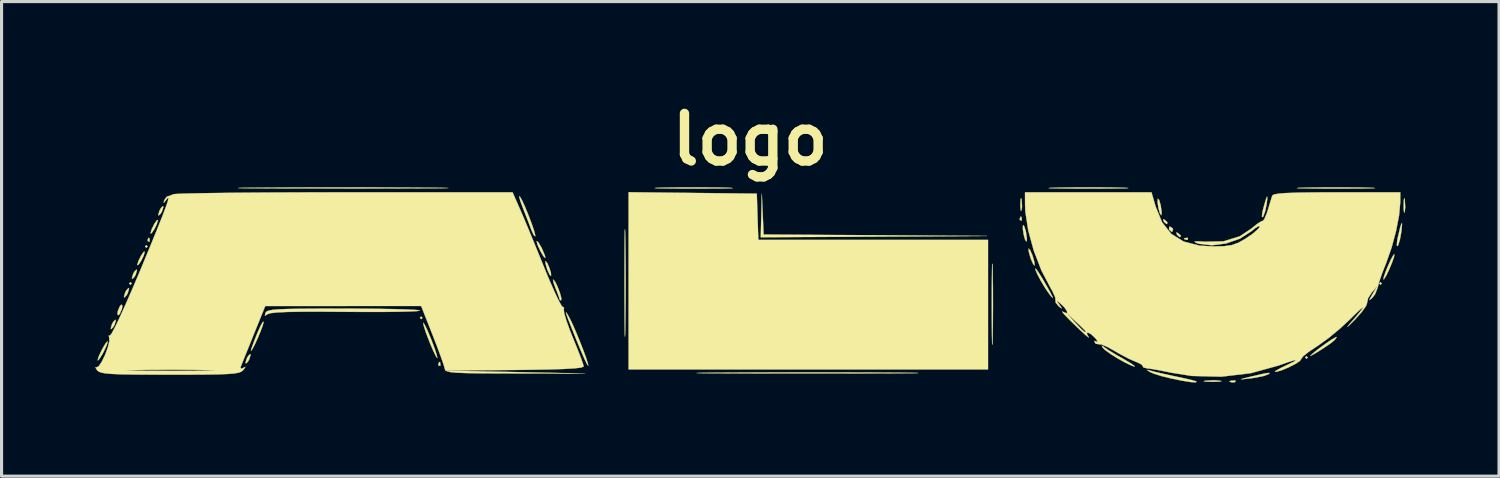
<source format=kicad_pcb>
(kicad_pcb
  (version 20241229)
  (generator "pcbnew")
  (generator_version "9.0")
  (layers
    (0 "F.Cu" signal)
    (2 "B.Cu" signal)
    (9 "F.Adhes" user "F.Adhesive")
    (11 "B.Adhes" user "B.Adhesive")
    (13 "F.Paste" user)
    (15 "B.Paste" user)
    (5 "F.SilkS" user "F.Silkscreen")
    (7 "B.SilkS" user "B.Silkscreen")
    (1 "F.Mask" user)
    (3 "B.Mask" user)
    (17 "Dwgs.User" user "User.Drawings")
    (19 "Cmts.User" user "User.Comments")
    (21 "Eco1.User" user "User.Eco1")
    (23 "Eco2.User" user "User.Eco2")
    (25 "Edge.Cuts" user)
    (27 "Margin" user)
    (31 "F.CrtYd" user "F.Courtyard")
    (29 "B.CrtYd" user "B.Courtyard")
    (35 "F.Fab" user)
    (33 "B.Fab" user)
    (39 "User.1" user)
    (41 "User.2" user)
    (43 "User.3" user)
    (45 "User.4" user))
  (footprint "logo"
    (layer "F.Cu")
    (at 20.984 1.418)
    (property "Reference" "logo" (at 0 0 0) (layer "F.SilkS") (effects (font (size 1.524 1.524) (thickness 0.3))))
    (attr through_hole)
    (fp_poly (pts (xy -9.747 7.405) (xy -9.779 7.404) (xy -9.748 7.404) (xy -9.747 7.405)) (stroke (width 0.01) (type solid)) (fill yes) (layer "F.SilkS"))
    (fp_poly (pts (xy -19.812 4.614) (xy -19.854 4.657) (xy -19.897 4.614) (xy -19.854 4.572) (xy -19.812 4.614)) (stroke (width 0.01) (type solid)) (fill yes) (layer "F.SilkS"))
    (fp_poly (pts (xy -19.304 3.429) (xy -19.346 3.471) (xy -19.389 3.429) (xy -19.346 3.387) (xy -19.304 3.429)) (stroke (width 0.01) (type solid)) (fill yes) (layer "F.SilkS"))
    (fp_poly (pts (xy -10.499 5.715) (xy -10.541 5.757) (xy -10.583 5.715) (xy -10.541 5.673) (xy -10.499 5.715)) (stroke (width 0.01) (type solid)) (fill yes) (layer "F.SilkS"))
    (fp_poly (pts (xy 17.865 6.985) (xy 17.822 7.027) (xy 17.78 6.985) (xy 17.822 6.943) (xy 17.865 6.985)) (stroke (width 0.01) (type solid)) (fill yes) (layer "F.SilkS"))
    (fp_poly (pts (xy 20.235 4.614) (xy 20.193 4.657) (xy 20.151 4.614) (xy 20.193 4.572) (xy 20.235 4.614)) (stroke (width 0.01) (type solid)) (fill yes) (layer "F.SilkS"))
    (fp_poly (pts (xy -19.248 3.161) (xy -19.237 3.261) (xy -19.248 3.274) (xy -19.298 3.262) (xy -19.304 3.217) (xy -19.273 3.148) (xy -19.248 3.161)) (stroke (width 0.01) (type solid)) (fill yes) (layer "F.SilkS"))
    (fp_poly (pts (xy -9.934 7.14) (xy -9.924 7.241) (xy -9.934 7.253) (xy -9.985 7.241) (xy -9.991 7.197) (xy -9.96 7.127) (xy -9.934 7.14)) (stroke (width 0.01) (type solid)) (fill yes) (layer "F.SilkS"))
    (fp_poly (pts (xy 8.692 2.484) (xy 8.703 2.584) (xy 8.692 2.596) (xy 8.642 2.585) (xy 8.636 2.54) (xy 8.667 2.47) (xy 8.692 2.484)) (stroke (width 0.01) (type solid)) (fill yes) (layer "F.SilkS"))
    (fp_poly (pts (xy 14.026 3.161) (xy 14.015 3.211) (xy 13.97 3.217) (xy 13.9 3.186) (xy 13.914 3.161) (xy 14.014 3.151) (xy 14.026 3.161)) (stroke (width 0.01) (type solid)) (fill yes) (layer "F.SilkS"))
    (fp_poly (pts (xy 15.556 7.738) (xy 15.53 7.777) (xy 15.445 7.783) (xy 15.354 7.762) (xy 15.393 7.731) (xy 15.526 7.721) (xy 15.556 7.738)) (stroke (width 0.01) (type solid)) (fill yes) (layer "F.SilkS"))
    (fp_poly (pts (xy 0.402 2.391) (xy 0.43 3.046) (xy 4.004 3.069) (xy 7.578 3.092) (xy 0.339 3.133) (xy 0.356 2.434) (xy 0.373 1.736) (xy 0.402 2.391)) (stroke (width 0.01) (type solid)) (fill yes) (layer "F.SilkS"))
    (fp_poly (pts (xy 13.28 2.574) (xy 13.37 2.659) (xy 13.352 2.709) (xy 13.34 2.709) (xy 13.268 2.649) (xy 13.242 2.612) (xy 13.232 2.554) (xy 13.28 2.574)) (stroke (width 0.01) (type solid)) (fill yes) (layer "F.SilkS"))
    (fp_poly (pts (xy 13.703 2.998) (xy 13.793 3.076) (xy 13.801 3.095) (xy 13.76 3.13) (xy 13.677 3.052) (xy 13.666 3.035) (xy 13.656 2.977) (xy 13.703 2.998)) (stroke (width 0.01) (type solid)) (fill yes) (layer "F.SilkS"))
    (fp_poly (pts (xy -20.323 5.8) (xy -20.365 5.939) (xy -20.405 6.011) (xy -20.472 6.079) (xy -20.487 6.054) (xy -20.445 5.915) (xy -20.405 5.842) (xy -20.338 5.774) (xy -20.323 5.8)) (stroke (width 0.01) (type solid)) (fill yes) (layer "F.SilkS"))
    (fp_poly (pts (xy -20.113 5.323) (xy -20.126 5.42) (xy -20.192 5.578) (xy -20.238 5.632) (xy -20.273 5.599) (xy -20.26 5.502) (xy -20.194 5.344) (xy -20.148 5.29) (xy -20.113 5.323)) (stroke (width 0.01) (type solid)) (fill yes) (layer "F.SilkS"))
    (fp_poly (pts (xy -19.899 4.784) (xy -19.941 4.923) (xy -19.981 4.995) (xy -20.048 5.063) (xy -20.063 5.038) (xy -20.021 4.899) (xy -19.981 4.826) (xy -19.914 4.758) (xy -19.899 4.784)) (stroke (width 0.01) (type solid)) (fill yes) (layer "F.SilkS"))
    (fp_poly (pts (xy -19.645 4.191) (xy -19.687 4.33) (xy -19.727 4.403) (xy -19.794 4.47) (xy -19.809 4.445) (xy -19.767 4.306) (xy -19.727 4.233) (xy -19.66 4.166) (xy -19.645 4.191)) (stroke (width 0.01) (type solid)) (fill yes) (layer "F.SilkS"))
    (fp_poly (pts (xy -18.799 2.159) (xy -18.841 2.298) (xy -18.881 2.371) (xy -18.948 2.438) (xy -18.963 2.413) (xy -18.921 2.274) (xy -18.881 2.201) (xy -18.814 2.134) (xy -18.799 2.159)) (stroke (width 0.01) (type solid)) (fill yes) (layer "F.SilkS"))
    (fp_poly (pts (xy -16.005 6.9) (xy -16.047 7.039) (xy -16.087 7.112) (xy -16.154 7.18) (xy -16.169 7.154) (xy -16.127 7.015) (xy -16.087 6.943) (xy -16.02 6.875) (xy -16.005 6.9)) (stroke (width 0.01) (type solid)) (fill yes) (layer "F.SilkS"))
    (fp_poly (pts (xy -1.841 1.713) (xy 0.212 1.736) (xy 0.236 2.477) (xy 0.261 3.217) (xy 7.62 3.217) (xy 7.62 7.366) (xy -3.895 7.366) (xy -3.895 1.69) (xy -1.841 1.713)) (stroke (width 0.01) (type solid)) (fill yes) (layer "F.SilkS"))
    (fp_poly (pts (xy 8.696 1.927) (xy 8.71 2.148) (xy 8.694 2.266) (xy 8.671 2.286) (xy 8.658 2.164) (xy 8.657 2.074) (xy 8.666 1.91) (xy 8.685 1.885) (xy 8.696 1.927)) (stroke (width 0.01) (type solid)) (fill yes) (layer "F.SilkS"))
    (fp_poly (pts (xy 13.543 2.855) (xy 13.547 2.879) (xy 13.518 2.961) (xy 13.509 2.963) (xy 13.437 2.904) (xy 13.42 2.879) (xy 13.426 2.801) (xy 13.457 2.794) (xy 13.543 2.855)) (stroke (width 0.01) (type solid)) (fill yes) (layer "F.SilkS"))
    (fp_poly (pts (xy 15.05 7.729) (xy 15.102 7.747) (xy 15.006 7.76) (xy 14.817 7.764) (xy 14.608 7.759) (xy 14.529 7.745) (xy 14.584 7.729) (xy 14.857 7.715) (xy 15.05 7.729)) (stroke (width 0.01) (type solid)) (fill yes) (layer "F.SilkS"))
    (fp_poly (pts (xy 20.972 1.926) (xy 20.986 2.173) (xy 20.972 2.307) (xy 20.951 2.347) (xy 20.938 2.241) (xy 20.936 2.117) (xy 20.942 1.934) (xy 20.959 1.883) (xy 20.972 1.926)) (stroke (width 0.01) (type solid)) (fill yes) (layer "F.SilkS"))
    (fp_poly (pts (xy -5.292 7.499) (xy -7.527 7.496) (xy -8.202 7.494) (xy -8.727 7.491) (xy -9.12 7.484) (xy -9.401 7.472) (xy -9.589 7.455) (xy -9.702 7.43) (xy -9.747 7.405) (xy -5.292 7.499)) (stroke (width 0.01) (type solid)) (fill yes) (layer "F.SilkS"))
    (fp_poly (pts (xy -19.395 3.598) (xy -19.434 3.728) (xy -19.516 3.895) (xy -19.6 4.018) (xy -19.637 4.024) (xy -19.637 4.022) (xy -19.598 3.892) (xy -19.516 3.725) (xy -19.431 3.602) (xy -19.395 3.596) (xy -19.395 3.598)) (stroke (width 0.01) (type solid)) (fill yes) (layer "F.SilkS"))
    (fp_poly (pts (xy -18.971 2.582) (xy -19.01 2.712) (xy -19.092 2.879) (xy -19.177 3.002) (xy -19.213 3.008) (xy -19.213 3.006) (xy -19.174 2.876) (xy -19.092 2.709) (xy -19.008 2.586) (xy -18.971 2.58) (xy -18.971 2.582)) (stroke (width 0.01) (type solid)) (fill yes) (layer "F.SilkS"))
    (fp_poly (pts (xy -6.784 3.299) (xy -6.693 3.454) (xy -6.663 3.515) (xy -6.572 3.731) (xy -6.567 3.804) (xy -6.634 3.726) (xy -6.735 3.548) (xy -6.817 3.365) (xy -6.84 3.259) (xy -6.837 3.253) (xy -6.784 3.299)) (stroke (width 0.01) (type solid)) (fill yes) (layer "F.SilkS"))
    (fp_poly (pts (xy 8.784 2.787) (xy 8.832 2.948) (xy 8.837 2.974) (xy 8.866 3.19) (xy 8.853 3.275) (xy 8.81 3.217) (xy 8.763 3.048) (xy 8.734 2.853) (xy 8.742 2.745) (xy 8.744 2.743) (xy 8.784 2.787)) (stroke (width 0.01) (type solid)) (fill yes) (layer "F.SilkS"))
    (fp_poly (pts (xy 13.102 1.941) (xy 13.15 2.102) (xy 13.155 2.127) (xy 13.184 2.343) (xy 13.171 2.429) (xy 13.128 2.371) (xy 13.081 2.201) (xy 13.052 2.007) (xy 13.06 1.898) (xy 13.062 1.896) (xy 13.102 1.941)) (stroke (width 0.01) (type solid)) (fill yes) (layer "F.SilkS"))
    (fp_poly (pts (xy -6.498 3.964) (xy -6.431 4.12) (xy -6.382 4.283) (xy -6.38 4.376) (xy -6.38 4.376) (xy -6.428 4.331) (xy -6.498 4.174) (xy -6.505 4.153) (xy -6.556 3.977) (xy -6.558 3.895) (xy -6.555 3.895) (xy -6.498 3.964)) (stroke (width 0.01) (type solid)) (fill yes) (layer "F.SilkS"))
    (fp_poly (pts (xy 16.57 1.869) (xy 16.546 2.073) (xy 16.546 2.074) (xy 16.497 2.309) (xy 16.437 2.469) (xy 16.422 2.49) (xy 16.394 2.469) (xy 16.413 2.323) (xy 16.433 2.236) (xy 16.512 1.952) (xy 16.558 1.829) (xy 16.57 1.869)) (stroke (width 0.01) (type solid)) (fill yes) (layer "F.SilkS"))
    (fp_poly (pts (xy 20.885 2.698) (xy 20.872 2.869) (xy 20.861 2.963) (xy 20.816 3.21) (xy 20.762 3.383) (xy 20.741 3.418) (xy 20.716 3.391) (xy 20.73 3.238) (xy 20.753 3.122) (xy 20.822 2.83) (xy 20.867 2.687) (xy 20.885 2.698)) (stroke (width 0.01) (type solid)) (fill yes) (layer "F.SilkS"))
    (fp_poly (pts (xy -20.581 6.477) (xy -20.619 6.6) (xy -20.713 6.801) (xy -20.743 6.858) (xy -20.843 7.022) (xy -20.9 7.081) (xy -20.906 7.07) (xy -20.868 6.946) (xy -20.774 6.746) (xy -20.743 6.689) (xy -20.644 6.524) (xy -20.586 6.465) (xy -20.581 6.477)) (stroke (width 0.01) (type solid)) (fill yes) (layer "F.SilkS"))
    (fp_poly (pts (xy 8.968 3.543) (xy 9.038 3.702) (xy 9.05 3.735) (xy 9.105 3.926) (xy 9.115 4.035) (xy 9.112 4.04) (xy 9.066 3.992) (xy 8.996 3.833) (xy 8.984 3.801) (xy 8.929 3.609) (xy 8.919 3.5) (xy 8.922 3.496) (xy 8.968 3.543)) (stroke (width 0.01) (type solid)) (fill yes) (layer "F.SilkS"))
    (fp_poly (pts (xy 16.625 7.506) (xy 16.595 7.526) (xy 16.439 7.581) (xy 16.187 7.632) (xy 16.044 7.652) (xy 15.804 7.679) (xy 15.724 7.682) (xy 15.795 7.659) (xy 15.96 7.618) (xy 16.324 7.532) (xy 16.543 7.486) (xy 16.637 7.479) (xy 16.625 7.506)) (stroke (width 0.01) (type solid)) (fill yes) (layer "F.SilkS"))
    (fp_poly (pts (xy 20.627 3.766) (xy 20.563 3.947) (xy 20.472 4.164) (xy 20.378 4.36) (xy 20.306 4.476) (xy 20.29 4.487) (xy 20.297 4.417) (xy 20.359 4.237) (xy 20.428 4.066) (xy 20.531 3.84) (xy 20.61 3.701) (xy 20.639 3.678) (xy 20.627 3.766)) (stroke (width 0.01) (type solid)) (fill yes) (layer "F.SilkS"))
    (fp_poly (pts (xy -6.249 4.558) (xy -6.168 4.726) (xy -6.093 4.924) (xy -6.049 5.089) (xy -6.053 5.149) (xy -6.096 5.15) (xy -6.096 5.147) (xy -6.126 5.046) (xy -6.2 4.853) (xy -6.224 4.794) (xy -6.295 4.601) (xy -6.316 4.495) (xy -6.31 4.487) (xy -6.249 4.558)) (stroke (width 0.01) (type solid)) (fill yes) (layer "F.SilkS"))
    (fp_poly (pts (xy 18.73 6.42) (xy 18.603 6.526) (xy 18.406 6.661) (xy 18.204 6.791) (xy 18.039 6.89) (xy 17.951 6.934) (xy 17.949 6.926) (xy 18.058 6.827) (xy 18.236 6.687) (xy 18.441 6.539) (xy 18.63 6.411) (xy 18.76 6.335) (xy 18.793 6.329) (xy 18.73 6.42)) (stroke (width 0.01) (type solid)) (fill yes) (layer "F.SilkS"))
    (fp_poly (pts (xy -15.587 5.842) (xy -15.616 5.958) (xy -15.688 6.151) (xy -15.781 6.374) (xy -15.877 6.583) (xy -15.955 6.73) (xy -15.994 6.771) (xy -15.995 6.767) (xy -15.968 6.669) (xy -15.892 6.462) (xy -15.794 6.216) (xy -15.69 5.982) (xy -15.616 5.847) (xy -15.587 5.841) (xy -15.587 5.842)) (stroke (width 0.01) (type solid)) (fill yes) (layer "F.SilkS"))
    (fp_poly (pts (xy 9.158 4.149) (xy 9.234 4.253) (xy 9.351 4.439) (xy 9.481 4.661) (xy 9.599 4.872) (xy 9.679 5.027) (xy 9.695 5.08) (xy 9.63 5.015) (xy 9.511 4.849) (xy 9.436 4.735) (xy 9.306 4.517) (xy 9.202 4.319) (xy 9.14 4.178) (xy 9.138 4.133) (xy 9.158 4.149)) (stroke (width 0.01) (type solid)) (fill yes) (layer "F.SilkS"))
    (fp_poly (pts (xy 11.342 6.654) (xy 11.361 6.669) (xy 11.505 6.767) (xy 11.741 6.909) (xy 11.949 7.027) (xy 12.171 7.157) (xy 12.303 7.248) (xy 12.319 7.279) (xy 12.205 7.24) (xy 11.996 7.138) (xy 11.796 7.028) (xy 11.549 6.875) (xy 11.363 6.74) (xy 11.293 6.669) (xy 11.265 6.604) (xy 11.342 6.654)) (stroke (width 0.01) (type solid)) (fill yes) (layer "F.SilkS"))
    (fp_poly (pts (xy -10.43 5.93) (xy -10.344 6.108) (xy -10.233 6.371) (xy -10.218 6.408) (xy -10.112 6.688) (xy -10.043 6.9) (xy -10.023 7.002) (xy -10.024 7.004) (xy -10.067 6.947) (xy -10.154 6.769) (xy -10.266 6.507) (xy -10.28 6.47) (xy -10.387 6.19) (xy -10.456 5.979) (xy -10.476 5.877) (xy -10.474 5.874) (xy -10.43 5.93)) (stroke (width 0.01) (type solid)) (fill yes) (layer "F.SilkS"))
    (fp_poly (pts (xy -7.314 1.939) (xy -7.215 2.156) (xy -7.104 2.424) (xy -7 2.699) (xy -6.921 2.932) (xy -6.884 3.079) (xy -6.887 3.105) (xy -6.937 3.062) (xy -7.006 2.909) (xy -7.008 2.904) (xy -7.087 2.692) (xy -7.2 2.4) (xy -7.278 2.201) (xy -7.363 1.972) (xy -7.4 1.836) (xy -7.385 1.82) (xy -7.314 1.939)) (stroke (width 0.01) (type solid)) (fill yes) (layer "F.SilkS"))
    (fp_poly (pts (xy -5.866 5.582) (xy -5.808 5.679) (xy -5.715 5.865) (xy -5.597 6.131) (xy -5.47 6.437) (xy -5.35 6.743) (xy -5.253 7.007) (xy -5.196 7.19) (xy -5.189 7.25) (xy -5.232 7.19) (xy -5.321 7.003) (xy -5.444 6.721) (xy -5.553 6.457) (xy -5.724 6.03) (xy -5.836 5.744) (xy -5.894 5.584) (xy -5.902 5.535) (xy -5.866 5.582)) (stroke (width 0.01) (type solid)) (fill yes) (layer "F.SilkS"))
    (fp_poly (pts (xy -1.088 1.539) (xy -0.778 1.545) (xy -0.589 1.553) (xy -0.558 1.559) (xy -0.677 1.564) (xy -0.934 1.569) (xy -1.32 1.571) (xy -1.82 1.572) (xy -2.321 1.571) (xy -2.7 1.568) (xy -2.949 1.564) (xy -3.057 1.559) (xy -3.014 1.552) (xy -2.813 1.545) (xy -2.81 1.545) (xy -2.273 1.537) (xy -1.668 1.535) (xy -1.088 1.539)) (stroke (width 0.01) (type solid)) (fill yes) (layer "F.SilkS"))
    (fp_poly (pts (xy 19.486 1.539) (xy 19.796 1.545) (xy 19.985 1.553) (xy 20.016 1.559) (xy 19.897 1.564) (xy 19.64 1.569) (xy 19.254 1.571) (xy 18.754 1.572) (xy 18.253 1.571) (xy 17.874 1.568) (xy 17.625 1.564) (xy 17.517 1.559) (xy 17.56 1.552) (xy 17.761 1.545) (xy 17.764 1.545) (xy 18.301 1.537) (xy 18.906 1.535) (xy 19.486 1.539)) (stroke (width 0.01) (type solid)) (fill yes) (layer "F.SilkS"))
    (fp_poly (pts (xy 7.76 4) (xy 7.767 4.176) (xy 7.768 4.207) (xy 7.777 4.738) (xy 7.779 5.35) (xy 7.775 5.955) (xy 7.768 6.324) (xy 7.761 6.533) (xy 7.755 6.581) (xy 7.75 6.48) (xy 7.745 6.237) (xy 7.743 5.862) (xy 7.741 5.365) (xy 7.741 5.292) (xy 7.742 4.777) (xy 7.745 4.38) (xy 7.749 4.111) (xy 7.754 3.981) (xy 7.76 4)) (stroke (width 0.01) (type solid)) (fill yes) (layer "F.SilkS"))
    (fp_poly (pts (xy 11.568 1.539) (xy 11.874 1.545) (xy 12.074 1.552) (xy 12.113 1.559) (xy 12.003 1.564) (xy 11.753 1.568) (xy 11.373 1.571) (xy 10.872 1.572) (xy 10.837 1.572) (xy 10.329 1.571) (xy 9.941 1.568) (xy 9.683 1.564) (xy 9.564 1.559) (xy 9.594 1.553) (xy 9.783 1.546) (xy 9.8 1.545) (xy 10.346 1.537) (xy 10.967 1.535) (xy 11.568 1.539)) (stroke (width 0.01) (type solid)) (fill yes) (layer "F.SilkS"))
    (fp_poly (pts (xy 12.772 7.391) (xy 12.827 7.408) (xy 12.99 7.451) (xy 13.264 7.514) (xy 13.592 7.585) (xy 13.631 7.593) (xy 13.938 7.659) (xy 14.174 7.716) (xy 14.295 7.752) (xy 14.302 7.756) (xy 14.273 7.783) (xy 14.102 7.771) (xy 13.812 7.724) (xy 13.479 7.655) (xy 13.176 7.58) (xy 12.926 7.501) (xy 12.801 7.446) (xy 12.712 7.382) (xy 12.772 7.391)) (stroke (width 0.01) (type solid)) (fill yes) (layer "F.SilkS"))
    (fp_poly (pts (xy -4.007 2.948) (xy -4.001 3.182) (xy -4.001 3.191) (xy -3.993 3.798) (xy -3.99 4.496) (xy -3.992 5.208) (xy -3.999 5.856) (xy -4.001 5.985) (xy -4.006 6.235) (xy -4.012 6.324) (xy -4.016 6.26) (xy -4.02 6.052) (xy -4.023 5.707) (xy -4.025 5.235) (xy -4.026 4.642) (xy -4.026 4.614) (xy -4.025 4.014) (xy -4.024 3.532) (xy -4.021 3.175) (xy -4.017 2.953) (xy -4.012 2.875) (xy -4.007 2.948)) (stroke (width 0.01) (type solid)) (fill yes) (layer "F.SilkS"))
    (fp_poly (pts (xy -11.939 1.537) (xy -10.994 1.541) (xy -10.308 1.545) (xy -9.934 1.549) (xy -9.723 1.553) (xy -9.669 1.556) (xy -9.766 1.559) (xy -10.009 1.562) (xy -10.391 1.564) (xy -10.906 1.566) (xy -11.548 1.568) (xy -12.312 1.569) (xy -13.039 1.569) (xy -13.899 1.568) (xy -14.643 1.568) (xy -15.264 1.566) (xy -15.758 1.564) (xy -16.118 1.562) (xy -16.337 1.559) (xy -16.41 1.556) (xy -16.331 1.552) (xy -16.094 1.548) (xy -15.769 1.545) (xy -14.92 1.54) (xy -13.96 1.536) (xy -12.947 1.536) (xy -11.939 1.537)) (stroke (width 0.01) (type solid)) (fill yes) (layer "F.SilkS"))
    (fp_poly (pts (xy 2.879 7.463) (xy 3.851 7.466) (xy 4.711 7.472) (xy 4.726 7.472) (xy 5.109 7.476) (xy 5.328 7.479) (xy 5.389 7.483) (xy 5.299 7.486) (xy 5.064 7.488) (xy 4.688 7.491) (xy 4.179 7.493) (xy 3.542 7.494) (xy 2.784 7.495) (xy 1.909 7.495) (xy 1.82 7.495) (xy 0.936 7.495) (xy 0.169 7.494) (xy -0.476 7.493) (xy -0.993 7.491) (xy -1.376 7.489) (xy -1.619 7.486) (xy -1.717 7.483) (xy -1.664 7.48) (xy -1.453 7.476) (xy -1.08 7.472) (xy -1.031 7.472) (xy -0.162 7.467) (xy 0.817 7.463) (xy 1.849 7.462) (xy 2.879 7.463)) (stroke (width 0.01) (type solid)) (fill yes) (layer "F.SilkS"))
    (fp_poly (pts (xy -12.406 5.421) (xy -11.84 5.427) (xy -11.355 5.436) (xy -10.97 5.448) (xy -10.708 5.462) (xy -10.588 5.478) (xy -10.583 5.482) (xy -10.664 5.498) (xy -10.893 5.51) (xy -11.249 5.519) (xy -11.71 5.525) (xy -12.254 5.526) (xy -12.861 5.523) (xy -12.963 5.522) (xy -13.734 5.517) (xy -14.347 5.518) (xy -14.814 5.526) (xy -15.147 5.541) (xy -15.359 5.564) (xy -15.46 5.595) (xy -15.463 5.597) (xy -15.547 5.65) (xy -15.533 5.569) (xy -15.529 5.558) (xy -15.499 5.517) (xy -15.433 5.485) (xy -15.311 5.461) (xy -15.115 5.443) (xy -14.828 5.431) (xy -14.431 5.424) (xy -13.906 5.42) (xy -13.235 5.419) (xy -13.03 5.419) (xy -12.406 5.421)) (stroke (width 0.01) (type solid)) (fill yes) (layer "F.SilkS"))
    (fp_poly (pts (xy -7.379 2.223) (xy -7.265 2.486) (xy -7.106 2.865) (xy -6.919 3.319) (xy -6.719 3.808) (xy -6.608 4.083) (xy -6.428 4.517) (xy -6.265 4.887) (xy -6.131 5.168) (xy -6.038 5.334) (xy -6 5.369) (xy -5.96 5.389) (xy -5.972 5.438) (xy -5.959 5.56) (xy -5.89 5.798) (xy -5.776 6.114) (xy -5.675 6.367) (xy -5.533 6.714) (xy -5.42 7.007) (xy -5.35 7.208) (xy -5.334 7.274) (xy -5.405 7.306) (xy -5.622 7.333) (xy -5.99 7.354) (xy -6.514 7.37) (xy -7.2 7.381) (xy -7.556 7.385) (xy -9.748 7.404) (xy -9.761 7.397) (xy -9.783 7.354) (xy -9.785 7.344) (xy -9.823 7.209) (xy -9.912 6.955) (xy -10.037 6.618) (xy -10.174 6.265) (xy -10.541 5.335) (xy -13.039 5.336) (xy -15.536 5.336) (xy -15.917 6.278) (xy -16.068 6.652) (xy -16.197 6.971) (xy -16.289 7.2) (xy -16.33 7.305) (xy -16.307 7.346) (xy -16.246 7.319) (xy -16.173 7.285) (xy -16.212 7.351) (xy -16.245 7.392) (xy -16.295 7.436) (xy -16.379 7.47) (xy -16.517 7.495) (xy -16.729 7.513) (xy -17.033 7.525) (xy -17.451 7.532) (xy -18.002 7.535) (xy -18.584 7.535) (xy -19.262 7.534) (xy -19.791 7.531) (xy -20.19 7.523) (xy -20.479 7.51) (xy -20.677 7.491) (xy -20.805 7.465) (xy -20.883 7.43) (xy -20.915 7.4) (xy -19.98 7.4) (xy -19.888 7.405) (xy -19.654 7.409) (xy -19.287 7.412) (xy -18.796 7.413) (xy -18.584 7.414) (xy -18.047 7.413) (xy -17.627 7.41) (xy -17.336 7.407) (xy -17.181 7.402) (xy -17.174 7.396) (xy -17.322 7.39) (xy -17.415 7.387) (xy -17.966 7.379) (xy -18.601 7.377) (xy -19.235 7.38) (xy -19.701 7.387) (xy -19.921 7.394) (xy -19.98 7.4) (xy -20.915 7.4) (xy -20.923 7.392) (xy -20.979 7.303) (xy -20.948 7.304) (xy -20.87 7.265) (xy -20.769 7.112) (xy -20.664 6.894) (xy -20.578 6.659) (xy -20.529 6.457) (xy -20.538 6.34) (xy -20.551 6.278) (xy -20.518 6.29) (xy -20.465 6.229) (xy -20.357 6.029) (xy -20.204 5.71) (xy -20.013 5.29) (xy -19.794 4.789) (xy -19.554 4.224) (xy -19.53 4.165) (xy -19.235 3.454) (xy -19.004 2.887) (xy -18.832 2.456) (xy -18.716 2.15) (xy -18.652 1.958) (xy -18.637 1.872) (xy -18.666 1.88) (xy -18.719 1.947) (xy -18.786 2.031) (xy -18.781 1.974) (xy -18.774 1.947) (xy -18.694 1.835) (xy -18.648 1.82) (xy -18.505 1.768) (xy -18.493 1.757) (xy -18.399 1.746) (xy -18.151 1.735) (xy -17.762 1.726) (xy -17.246 1.717) (xy -16.62 1.709) (xy -15.895 1.703) (xy -15.088 1.698) (xy -14.213 1.695) (xy -13.283 1.693) (xy -13.021 1.693) (xy -7.613 1.693) (xy -7.379 2.223)) (stroke (width 0.01) (type solid)) (fill yes) (layer "F.SilkS"))
    (fp_poly (pts (xy 12.989 2.146) (xy 13.196 2.653) (xy 13.491 3.025) (xy 13.887 3.271) (xy 14.396 3.401) (xy 14.823 3.427) (xy 15.178 3.42) (xy 15.428 3.385) (xy 15.641 3.308) (xy 15.875 3.175) (xy 16.108 3.014) (xy 16.275 2.867) (xy 16.327 2.794) (xy 16.297 2.77) (xy 16.173 2.845) (xy 16.061 2.938) (xy 15.688 3.178) (xy 15.245 3.333) (xy 14.787 3.391) (xy 14.371 3.341) (xy 14.266 3.304) (xy 14.236 3.27) (xy 14.361 3.263) (xy 14.563 3.277) (xy 15.163 3.263) (xy 15.684 3.104) (xy 16.06 2.854) (xy 16.248 2.702) (xy 16.383 2.618) (xy 16.418 2.612) (xy 16.47 2.557) (xy 16.543 2.386) (xy 16.581 2.273) (xy 16.656 2.026) (xy 16.713 1.84) (xy 16.726 1.799) (xy 16.778 1.764) (xy 16.918 1.737) (xy 17.164 1.717) (xy 17.53 1.704) (xy 18.032 1.696) (xy 18.685 1.693) (xy 18.793 1.693) (xy 20.828 1.693) (xy 20.827 2.011) (xy 20.79 2.428) (xy 20.693 2.932) (xy 20.551 3.461) (xy 20.379 3.951) (xy 20.361 3.995) (xy 20.241 4.3) (xy 20.149 4.569) (xy 20.108 4.732) (xy 20.024 4.953) (xy 19.935 5.071) (xy 19.848 5.147) (xy 19.847 5.116) (xy 19.934 4.961) (xy 19.939 4.953) (xy 20.086 4.699) (xy 19.908 4.911) (xy 19.796 5.086) (xy 19.767 5.223) (xy 19.768 5.227) (xy 19.731 5.335) (xy 19.599 5.521) (xy 19.398 5.748) (xy 19.365 5.782) (xy 19.199 5.948) (xy 19.133 6.004) (xy 19.174 5.948) (xy 19.224 5.889) (xy 19.474 5.598) (xy 19.61 5.427) (xy 19.632 5.377) (xy 19.541 5.448) (xy 19.336 5.644) (xy 19.218 5.762) (xy 18.893 6.063) (xy 18.532 6.361) (xy 18.201 6.601) (xy 18.14 6.64) (xy 17.891 6.806) (xy 17.718 6.944) (xy 17.655 7.028) (xy 17.657 7.033) (xy 17.61 7.098) (xy 17.456 7.197) (xy 17.245 7.304) (xy 17.028 7.395) (xy 16.856 7.444) (xy 16.817 7.447) (xy 16.835 7.415) (xy 16.977 7.333) (xy 17.187 7.231) (xy 17.417 7.12) (xy 17.494 7.068) (xy 17.423 7.076) (xy 17.212 7.142) (xy 16.933 7.241) (xy 16.043 7.487) (xy 15.096 7.6) (xy 14.145 7.576) (xy 13.504 7.475) (xy 13.181 7.409) (xy 12.903 7.358) (xy 12.73 7.335) (xy 12.729 7.335) (xy 12.599 7.305) (xy 12.581 7.268) (xy 12.535 7.207) (xy 12.376 7.13) (xy 12.351 7.121) (xy 12.126 7.023) (xy 11.841 6.873) (xy 11.669 6.772) (xy 11.431 6.641) (xy 11.249 6.566) (xy 11.177 6.561) (xy 11.074 6.545) (xy 11.042 6.508) (xy 11.03 6.449) (xy 11.099 6.478) (xy 11.137 6.476) (xy 11.068 6.377) (xy 11.057 6.365) (xy 10.916 6.234) (xy 10.813 6.184) (xy 10.783 6.222) (xy 10.844 6.329) (xy 10.841 6.345) (xy 10.738 6.261) (xy 10.555 6.092) (xy 10.473 6.014) (xy 10.193 5.741) (xy 10.035 5.575) (xy 9.995 5.51) (xy 10.067 5.541) (xy 10.075 5.546) (xy 10.132 5.561) (xy 10.409 5.863) (xy 10.605 6.07) (xy 10.711 6.166) (xy 10.751 6.17) (xy 10.753 6.155) (xy 10.696 6.088) (xy 10.551 5.946) (xy 10.435 5.837) (xy 10.136 5.562) (xy 10.157 5.568) (xy 10.149 5.499) (xy 10.067 5.379) (xy 9.971 5.284) (xy 9.843 5.177) (xy 9.828 5.182) (xy 9.907 5.292) (xy 9.988 5.407) (xy 9.96 5.402) (xy 9.886 5.346) (xy 9.787 5.227) (xy 9.783 5.158) (xy 9.769 5.049) (xy 9.682 4.858) (xy 9.629 4.766) (xy 9.332 4.2) (xy 9.086 3.562) (xy 8.907 2.909) (xy 8.815 2.303) (xy 8.807 2.095) (xy 8.805 1.693) (xy 12.857 1.693) (xy 12.989 2.146)) (stroke (width 0.01) (type solid)) (fill yes) (layer "F.SilkS")))
  (gr_rect
    (start -3 -3)
    (end 44.976 12.206)
    (stroke (width 0.1) (type default))
    (fill no)
    (layer "Edge.Cuts")))
</source>
